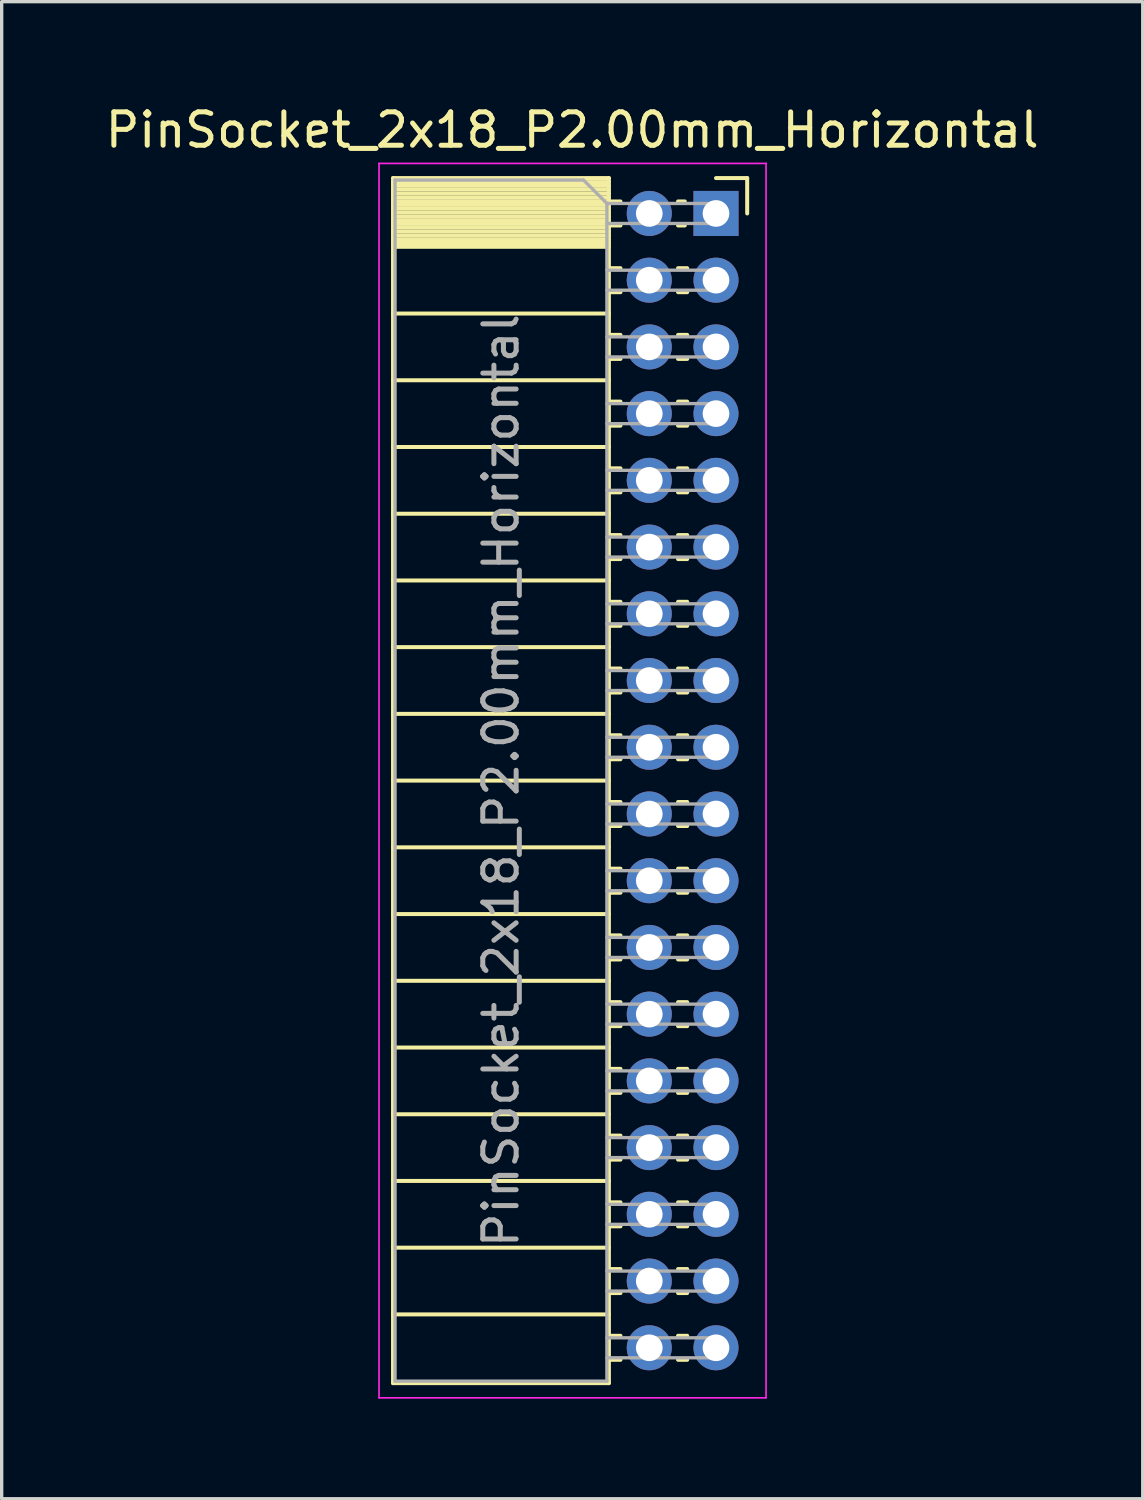
<source format=kicad_pcb>
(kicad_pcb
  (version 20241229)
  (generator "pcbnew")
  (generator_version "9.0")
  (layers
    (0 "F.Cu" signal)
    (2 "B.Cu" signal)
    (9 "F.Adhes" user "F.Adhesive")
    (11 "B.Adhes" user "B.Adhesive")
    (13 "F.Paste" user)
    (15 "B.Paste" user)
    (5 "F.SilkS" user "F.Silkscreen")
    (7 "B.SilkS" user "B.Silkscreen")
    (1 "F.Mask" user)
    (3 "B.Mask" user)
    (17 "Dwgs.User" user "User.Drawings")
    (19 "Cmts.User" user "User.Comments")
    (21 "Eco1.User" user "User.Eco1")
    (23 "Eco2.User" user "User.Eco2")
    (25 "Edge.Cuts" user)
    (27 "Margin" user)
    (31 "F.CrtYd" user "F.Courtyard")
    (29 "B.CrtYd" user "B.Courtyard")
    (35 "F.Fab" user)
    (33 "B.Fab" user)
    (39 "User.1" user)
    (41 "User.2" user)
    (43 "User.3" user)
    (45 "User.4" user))
  (footprint "PinSocket_2x18_P2.00mm_Horizontal"
    (layer "F.Cu")
    (at 18.411 3.348)
    (property "Reference" "PinSocket_2x18_P2.00mm_Horizontal" (at -4.31 -2.5 0) (layer "F.SilkS") (effects (font (size 1 1) (thickness 0.15))))
    (attr through_hole)
    (fp_line (start -9.68 -1.06) (end -9.68 35.06) (stroke (width 0.12) (type solid)) (layer "F.SilkS"))
    (fp_line (start -9.68 -1.06) (end -3.21 -1.06) (stroke (width 0.12) (type solid)) (layer "F.SilkS"))
    (fp_line (start -9.68 -0.94) (end -3.21 -0.94) (stroke (width 0.12) (type solid)) (layer "F.SilkS"))
    (fp_line (start -9.68 -0.826) (end -3.21 -0.826) (stroke (width 0.12) (type solid)) (layer "F.SilkS"))
    (fp_line (start -9.68 -0.712) (end -3.21 -0.712) (stroke (width 0.12) (type solid)) (layer "F.SilkS"))
    (fp_line (start -9.68 -0.598) (end -3.21 -0.598) (stroke (width 0.12) (type solid)) (layer "F.SilkS"))
    (fp_line (start -9.68 -0.484) (end -3.21 -0.484) (stroke (width 0.12) (type solid)) (layer "F.SilkS"))
    (fp_line (start -9.68 -0.369) (end -3.21 -0.369) (stroke (width 0.12) (type solid)) (layer "F.SilkS"))
    (fp_line (start -9.68 -0.255) (end -3.21 -0.255) (stroke (width 0.12) (type solid)) (layer "F.SilkS"))
    (fp_line (start -9.68 -0.141) (end -3.21 -0.141) (stroke (width 0.12) (type solid)) (layer "F.SilkS"))
    (fp_line (start -9.68 -0.027) (end -3.21 -0.027) (stroke (width 0.12) (type solid)) (layer "F.SilkS"))
    (fp_line (start -9.68 0.087) (end -3.21 0.087) (stroke (width 0.12) (type solid)) (layer "F.SilkS"))
    (fp_line (start -9.68 0.201) (end -3.21 0.201) (stroke (width 0.12) (type solid)) (layer "F.SilkS"))
    (fp_line (start -9.68 0.315) (end -3.21 0.315) (stroke (width 0.12) (type solid)) (layer "F.SilkS"))
    (fp_line (start -9.68 0.429) (end -3.21 0.429) (stroke (width 0.12) (type solid)) (layer "F.SilkS"))
    (fp_line (start -9.68 0.544) (end -3.21 0.544) (stroke (width 0.12) (type solid)) (layer "F.SilkS"))
    (fp_line (start -9.68 0.658) (end -3.21 0.658) (stroke (width 0.12) (type solid)) (layer "F.SilkS"))
    (fp_line (start -9.68 0.772) (end -3.21 0.772) (stroke (width 0.12) (type solid)) (layer "F.SilkS"))
    (fp_line (start -9.68 0.886) (end -3.21 0.886) (stroke (width 0.12) (type solid)) (layer "F.SilkS"))
    (fp_line (start -9.68 1) (end -3.21 1) (stroke (width 0.12) (type solid)) (layer "F.SilkS"))
    (fp_line (start -9.68 3) (end -3.21 3) (stroke (width 0.12) (type solid)) (layer "F.SilkS"))
    (fp_line (start -9.68 5) (end -3.21 5) (stroke (width 0.12) (type solid)) (layer "F.SilkS"))
    (fp_line (start -9.68 7) (end -3.21 7) (stroke (width 0.12) (type solid)) (layer "F.SilkS"))
    (fp_line (start -9.68 9) (end -3.21 9) (stroke (width 0.12) (type solid)) (layer "F.SilkS"))
    (fp_line (start -9.68 11) (end -3.21 11) (stroke (width 0.12) (type solid)) (layer "F.SilkS"))
    (fp_line (start -9.68 13) (end -3.21 13) (stroke (width 0.12) (type solid)) (layer "F.SilkS"))
    (fp_line (start -9.68 15) (end -3.21 15) (stroke (width 0.12) (type solid)) (layer "F.SilkS"))
    (fp_line (start -9.68 17) (end -3.21 17) (stroke (width 0.12) (type solid)) (layer "F.SilkS"))
    (fp_line (start -9.68 19) (end -3.21 19) (stroke (width 0.12) (type solid)) (layer "F.SilkS"))
    (fp_line (start -9.68 21) (end -3.21 21) (stroke (width 0.12) (type solid)) (layer "F.SilkS"))
    (fp_line (start -9.68 23) (end -3.21 23) (stroke (width 0.12) (type solid)) (layer "F.SilkS"))
    (fp_line (start -9.68 25) (end -3.21 25) (stroke (width 0.12) (type solid)) (layer "F.SilkS"))
    (fp_line (start -9.68 27) (end -3.21 27) (stroke (width 0.12) (type solid)) (layer "F.SilkS"))
    (fp_line (start -9.68 29) (end -3.21 29) (stroke (width 0.12) (type solid)) (layer "F.SilkS"))
    (fp_line (start -9.68 31) (end -3.21 31) (stroke (width 0.12) (type solid)) (layer "F.SilkS"))
    (fp_line (start -9.68 33) (end -3.21 33) (stroke (width 0.12) (type solid)) (layer "F.SilkS"))
    (fp_line (start -9.68 35.06) (end -3.21 35.06) (stroke (width 0.12) (type solid)) (layer "F.SilkS"))
    (fp_line (start -3.21 -1.06) (end -3.21 35.06) (stroke (width 0.12) (type solid)) (layer "F.SilkS"))
    (fp_line (start -3.21 -0.36) (end -2.863 -0.36) (stroke (width 0.12) (type solid)) (layer "F.SilkS"))
    (fp_line (start -3.21 0.36) (end -2.863 0.36) (stroke (width 0.12) (type solid)) (layer "F.SilkS"))
    (fp_line (start -3.21 1.64) (end -2.863 1.64) (stroke (width 0.12) (type solid)) (layer "F.SilkS"))
    (fp_line (start -3.21 2.36) (end -2.863 2.36) (stroke (width 0.12) (type solid)) (layer "F.SilkS"))
    (fp_line (start -3.21 3.64) (end -2.863 3.64) (stroke (width 0.12) (type solid)) (layer "F.SilkS"))
    (fp_line (start -3.21 4.36) (end -2.863 4.36) (stroke (width 0.12) (type solid)) (layer "F.SilkS"))
    (fp_line (start -3.21 5.64) (end -2.863 5.64) (stroke (width 0.12) (type solid)) (layer "F.SilkS"))
    (fp_line (start -3.21 6.36) (end -2.863 6.36) (stroke (width 0.12) (type solid)) (layer "F.SilkS"))
    (fp_line (start -3.21 7.64) (end -2.863 7.64) (stroke (width 0.12) (type solid)) (layer "F.SilkS"))
    (fp_line (start -3.21 8.36) (end -2.863 8.36) (stroke (width 0.12) (type solid)) (layer "F.SilkS"))
    (fp_line (start -3.21 9.64) (end -2.863 9.64) (stroke (width 0.12) (type solid)) (layer "F.SilkS"))
    (fp_line (start -3.21 10.36) (end -2.863 10.36) (stroke (width 0.12) (type solid)) (layer "F.SilkS"))
    (fp_line (start -3.21 11.64) (end -2.863 11.64) (stroke (width 0.12) (type solid)) (layer "F.SilkS"))
    (fp_line (start -3.21 12.36) (end -2.863 12.36) (stroke (width 0.12) (type solid)) (layer "F.SilkS"))
    (fp_line (start -3.21 13.64) (end -2.863 13.64) (stroke (width 0.12) (type solid)) (layer "F.SilkS"))
    (fp_line (start -3.21 14.36) (end -2.863 14.36) (stroke (width 0.12) (type solid)) (layer "F.SilkS"))
    (fp_line (start -3.21 15.64) (end -2.863 15.64) (stroke (width 0.12) (type solid)) (layer "F.SilkS"))
    (fp_line (start -3.21 16.36) (end -2.863 16.36) (stroke (width 0.12) (type solid)) (layer "F.SilkS"))
    (fp_line (start -3.21 17.64) (end -2.863 17.64) (stroke (width 0.12) (type solid)) (layer "F.SilkS"))
    (fp_line (start -3.21 18.36) (end -2.863 18.36) (stroke (width 0.12) (type solid)) (layer "F.SilkS"))
    (fp_line (start -3.21 19.64) (end -2.863 19.64) (stroke (width 0.12) (type solid)) (layer "F.SilkS"))
    (fp_line (start -3.21 20.36) (end -2.863 20.36) (stroke (width 0.12) (type solid)) (layer "F.SilkS"))
    (fp_line (start -3.21 21.64) (end -2.863 21.64) (stroke (width 0.12) (type solid)) (layer "F.SilkS"))
    (fp_line (start -3.21 22.36) (end -2.863 22.36) (stroke (width 0.12) (type solid)) (layer "F.SilkS"))
    (fp_line (start -3.21 23.64) (end -2.863 23.64) (stroke (width 0.12) (type solid)) (layer "F.SilkS"))
    (fp_line (start -3.21 24.36) (end -2.863 24.36) (stroke (width 0.12) (type solid)) (layer "F.SilkS"))
    (fp_line (start -3.21 25.64) (end -2.863 25.64) (stroke (width 0.12) (type solid)) (layer "F.SilkS"))
    (fp_line (start -3.21 26.36) (end -2.863 26.36) (stroke (width 0.12) (type solid)) (layer "F.SilkS"))
    (fp_line (start -3.21 27.64) (end -2.863 27.64) (stroke (width 0.12) (type solid)) (layer "F.SilkS"))
    (fp_line (start -3.21 28.36) (end -2.863 28.36) (stroke (width 0.12) (type solid)) (layer "F.SilkS"))
    (fp_line (start -3.21 29.64) (end -2.863 29.64) (stroke (width 0.12) (type solid)) (layer "F.SilkS"))
    (fp_line (start -3.21 30.36) (end -2.863 30.36) (stroke (width 0.12) (type solid)) (layer "F.SilkS"))
    (fp_line (start -3.21 31.64) (end -2.863 31.64) (stroke (width 0.12) (type solid)) (layer "F.SilkS"))
    (fp_line (start -3.21 32.36) (end -2.863 32.36) (stroke (width 0.12) (type solid)) (layer "F.SilkS"))
    (fp_line (start -3.21 33.64) (end -2.863 33.64) (stroke (width 0.12) (type solid)) (layer "F.SilkS"))
    (fp_line (start -3.21 34.36) (end -2.863 34.36) (stroke (width 0.12) (type solid)) (layer "F.SilkS"))
    (fp_line (start -1.137 -0.36) (end -0.935 -0.36) (stroke (width 0.12) (type solid)) (layer "F.SilkS"))
    (fp_line (start -1.137 0.36) (end -0.935 0.36) (stroke (width 0.12) (type solid)) (layer "F.SilkS"))
    (fp_line (start -1.137 1.64) (end -0.863 1.64) (stroke (width 0.12) (type solid)) (layer "F.SilkS"))
    (fp_line (start -1.137 2.36) (end -0.863 2.36) (stroke (width 0.12) (type solid)) (layer "F.SilkS"))
    (fp_line (start -1.137 3.64) (end -0.863 3.64) (stroke (width 0.12) (type solid)) (layer "F.SilkS"))
    (fp_line (start -1.137 4.36) (end -0.863 4.36) (stroke (width 0.12) (type solid)) (layer "F.SilkS"))
    (fp_line (start -1.137 5.64) (end -0.863 5.64) (stroke (width 0.12) (type solid)) (layer "F.SilkS"))
    (fp_line (start -1.137 6.36) (end -0.863 6.36) (stroke (width 0.12) (type solid)) (layer "F.SilkS"))
    (fp_line (start -1.137 7.64) (end -0.863 7.64) (stroke (width 0.12) (type solid)) (layer "F.SilkS"))
    (fp_line (start -1.137 8.36) (end -0.863 8.36) (stroke (width 0.12) (type solid)) (layer "F.SilkS"))
    (fp_line (start -1.137 9.64) (end -0.863 9.64) (stroke (width 0.12) (type solid)) (layer "F.SilkS"))
    (fp_line (start -1.137 10.36) (end -0.863 10.36) (stroke (width 0.12) (type solid)) (layer "F.SilkS"))
    (fp_line (start -1.137 11.64) (end -0.863 11.64) (stroke (width 0.12) (type solid)) (layer "F.SilkS"))
    (fp_line (start -1.137 12.36) (end -0.863 12.36) (stroke (width 0.12) (type solid)) (layer "F.SilkS"))
    (fp_line (start -1.137 13.64) (end -0.863 13.64) (stroke (width 0.12) (type solid)) (layer "F.SilkS"))
    (fp_line (start -1.137 14.36) (end -0.863 14.36) (stroke (width 0.12) (type solid)) (layer "F.SilkS"))
    (fp_line (start -1.137 15.64) (end -0.863 15.64) (stroke (width 0.12) (type solid)) (layer "F.SilkS"))
    (fp_line (start -1.137 16.36) (end -0.863 16.36) (stroke (width 0.12) (type solid)) (layer "F.SilkS"))
    (fp_line (start -1.137 17.64) (end -0.863 17.64) (stroke (width 0.12) (type solid)) (layer "F.SilkS"))
    (fp_line (start -1.137 18.36) (end -0.863 18.36) (stroke (width 0.12) (type solid)) (layer "F.SilkS"))
    (fp_line (start -1.137 19.64) (end -0.863 19.64) (stroke (width 0.12) (type solid)) (layer "F.SilkS"))
    (fp_line (start -1.137 20.36) (end -0.863 20.36) (stroke (width 0.12) (type solid)) (layer "F.SilkS"))
    (fp_line (start -1.137 21.64) (end -0.863 21.64) (stroke (width 0.12) (type solid)) (layer "F.SilkS"))
    (fp_line (start -1.137 22.36) (end -0.863 22.36) (stroke (width 0.12) (type solid)) (layer "F.SilkS"))
    (fp_line (start -1.137 23.64) (end -0.863 23.64) (stroke (width 0.12) (type solid)) (layer "F.SilkS"))
    (fp_line (start -1.137 24.36) (end -0.863 24.36) (stroke (width 0.12) (type solid)) (layer "F.SilkS"))
    (fp_line (start -1.137 25.64) (end -0.863 25.64) (stroke (width 0.12) (type solid)) (layer "F.SilkS"))
    (fp_line (start -1.137 26.36) (end -0.863 26.36) (stroke (width 0.12) (type solid)) (layer "F.SilkS"))
    (fp_line (start -1.137 27.64) (end -0.863 27.64) (stroke (width 0.12) (type solid)) (layer "F.SilkS"))
    (fp_line (start -1.137 28.36) (end -0.863 28.36) (stroke (width 0.12) (type solid)) (layer "F.SilkS"))
    (fp_line (start -1.137 29.64) (end -0.863 29.64) (stroke (width 0.12) (type solid)) (layer "F.SilkS"))
    (fp_line (start -1.137 30.36) (end -0.863 30.36) (stroke (width 0.12) (type solid)) (layer "F.SilkS"))
    (fp_line (start -1.137 31.64) (end -0.863 31.64) (stroke (width 0.12) (type solid)) (layer "F.SilkS"))
    (fp_line (start -1.137 32.36) (end -0.863 32.36) (stroke (width 0.12) (type solid)) (layer "F.SilkS"))
    (fp_line (start -1.137 33.64) (end -0.863 33.64) (stroke (width 0.12) (type solid)) (layer "F.SilkS"))
    (fp_line (start -1.137 34.36) (end -0.863 34.36) (stroke (width 0.12) (type solid)) (layer "F.SilkS"))
    (fp_line (start 0 -1.06) (end 0.935 -1.06) (stroke (width 0.12) (type solid)) (layer "F.SilkS"))
    (fp_line (start 0.935 -1.06) (end 0.935 0) (stroke (width 0.12) (type solid)) (layer "F.SilkS"))
    (fp_line (start -10.1 -1.5) (end -10.1 35.5) (stroke (width 0.05) (type solid)) (layer "F.CrtYd"))
    (fp_line (start -10.1 35.5) (end 1.5 35.5) (stroke (width 0.05) (type solid)) (layer "F.CrtYd"))
    (fp_line (start 1.5 -1.5) (end -10.1 -1.5) (stroke (width 0.05) (type solid)) (layer "F.CrtYd"))
    (fp_line (start 1.5 35.5) (end 1.5 -1.5) (stroke (width 0.05) (type solid)) (layer "F.CrtYd"))
    (fp_line (start -9.62 -1) (end -3.97 -1) (stroke (width 0.1) (type solid)) (layer "F.Fab"))
    (fp_line (start -9.62 35) (end -9.62 -1) (stroke (width 0.1) (type solid)) (layer "F.Fab"))
    (fp_line (start -3.97 -1) (end -3.27 -0.3) (stroke (width 0.1) (type solid)) (layer "F.Fab"))
    (fp_line (start -3.27 -0.3) (end -3.27 35) (stroke (width 0.1) (type solid)) (layer "F.Fab"))
    (fp_line (start -3.27 0.3) (end 0 0.3) (stroke (width 0.1) (type solid)) (layer "F.Fab"))
    (fp_line (start -3.27 2.3) (end 0 2.3) (stroke (width 0.1) (type solid)) (layer "F.Fab"))
    (fp_line (start -3.27 4.3) (end 0 4.3) (stroke (width 0.1) (type solid)) (layer "F.Fab"))
    (fp_line (start -3.27 6.3) (end 0 6.3) (stroke (width 0.1) (type solid)) (layer "F.Fab"))
    (fp_line (start -3.27 8.3) (end 0 8.3) (stroke (width 0.1) (type solid)) (layer "F.Fab"))
    (fp_line (start -3.27 10.3) (end 0 10.3) (stroke (width 0.1) (type solid)) (layer "F.Fab"))
    (fp_line (start -3.27 12.3) (end 0 12.3) (stroke (width 0.1) (type solid)) (layer "F.Fab"))
    (fp_line (start -3.27 14.3) (end 0 14.3) (stroke (width 0.1) (type solid)) (layer "F.Fab"))
    (fp_line (start -3.27 16.3) (end 0 16.3) (stroke (width 0.1) (type solid)) (layer "F.Fab"))
    (fp_line (start -3.27 18.3) (end 0 18.3) (stroke (width 0.1) (type solid)) (layer "F.Fab"))
    (fp_line (start -3.27 20.3) (end 0 20.3) (stroke (width 0.1) (type solid)) (layer "F.Fab"))
    (fp_line (start -3.27 22.3) (end 0 22.3) (stroke (width 0.1) (type solid)) (layer "F.Fab"))
    (fp_line (start -3.27 24.3) (end 0 24.3) (stroke (width 0.1) (type solid)) (layer "F.Fab"))
    (fp_line (start -3.27 26.3) (end 0 26.3) (stroke (width 0.1) (type solid)) (layer "F.Fab"))
    (fp_line (start -3.27 28.3) (end 0 28.3) (stroke (width 0.1) (type solid)) (layer "F.Fab"))
    (fp_line (start -3.27 30.3) (end 0 30.3) (stroke (width 0.1) (type solid)) (layer "F.Fab"))
    (fp_line (start -3.27 32.3) (end 0 32.3) (stroke (width 0.1) (type solid)) (layer "F.Fab"))
    (fp_line (start -3.27 34.3) (end 0 34.3) (stroke (width 0.1) (type solid)) (layer "F.Fab"))
    (fp_line (start -3.27 35) (end -9.62 35) (stroke (width 0.1) (type solid)) (layer "F.Fab"))
    (fp_line (start 0 -0.3) (end -3.27 -0.3) (stroke (width 0.1) (type solid)) (layer "F.Fab"))
    (fp_line (start 0 0.3) (end 0 -0.3) (stroke (width 0.1) (type solid)) (layer "F.Fab"))
    (fp_line (start 0 1.7) (end -3.27 1.7) (stroke (width 0.1) (type solid)) (layer "F.Fab"))
    (fp_line (start 0 2.3) (end 0 1.7) (stroke (width 0.1) (type solid)) (layer "F.Fab"))
    (fp_line (start 0 3.7) (end -3.27 3.7) (stroke (width 0.1) (type solid)) (layer "F.Fab"))
    (fp_line (start 0 4.3) (end 0 3.7) (stroke (width 0.1) (type solid)) (layer "F.Fab"))
    (fp_line (start 0 5.7) (end -3.27 5.7) (stroke (width 0.1) (type solid)) (layer "F.Fab"))
    (fp_line (start 0 6.3) (end 0 5.7) (stroke (width 0.1) (type solid)) (layer "F.Fab"))
    (fp_line (start 0 7.7) (end -3.27 7.7) (stroke (width 0.1) (type solid)) (layer "F.Fab"))
    (fp_line (start 0 8.3) (end 0 7.7) (stroke (width 0.1) (type solid)) (layer "F.Fab"))
    (fp_line (start 0 9.7) (end -3.27 9.7) (stroke (width 0.1) (type solid)) (layer "F.Fab"))
    (fp_line (start 0 10.3) (end 0 9.7) (stroke (width 0.1) (type solid)) (layer "F.Fab"))
    (fp_line (start 0 11.7) (end -3.27 11.7) (stroke (width 0.1) (type solid)) (layer "F.Fab"))
    (fp_line (start 0 12.3) (end 0 11.7) (stroke (width 0.1) (type solid)) (layer "F.Fab"))
    (fp_line (start 0 13.7) (end -3.27 13.7) (stroke (width 0.1) (type solid)) (layer "F.Fab"))
    (fp_line (start 0 14.3) (end 0 13.7) (stroke (width 0.1) (type solid)) (layer "F.Fab"))
    (fp_line (start 0 15.7) (end -3.27 15.7) (stroke (width 0.1) (type solid)) (layer "F.Fab"))
    (fp_line (start 0 16.3) (end 0 15.7) (stroke (width 0.1) (type solid)) (layer "F.Fab"))
    (fp_line (start 0 17.7) (end -3.27 17.7) (stroke (width 0.1) (type solid)) (layer "F.Fab"))
    (fp_line (start 0 18.3) (end 0 17.7) (stroke (width 0.1) (type solid)) (layer "F.Fab"))
    (fp_line (start 0 19.7) (end -3.27 19.7) (stroke (width 0.1) (type solid)) (layer "F.Fab"))
    (fp_line (start 0 20.3) (end 0 19.7) (stroke (width 0.1) (type solid)) (layer "F.Fab"))
    (fp_line (start 0 21.7) (end -3.27 21.7) (stroke (width 0.1) (type solid)) (layer "F.Fab"))
    (fp_line (start 0 22.3) (end 0 21.7) (stroke (width 0.1) (type solid)) (layer "F.Fab"))
    (fp_line (start 0 23.7) (end -3.27 23.7) (stroke (width 0.1) (type solid)) (layer "F.Fab"))
    (fp_line (start 0 24.3) (end 0 23.7) (stroke (width 0.1) (type solid)) (layer "F.Fab"))
    (fp_line (start 0 25.7) (end -3.27 25.7) (stroke (width 0.1) (type solid)) (layer "F.Fab"))
    (fp_line (start 0 26.3) (end 0 25.7) (stroke (width 0.1) (type solid)) (layer "F.Fab"))
    (fp_line (start 0 27.7) (end -3.27 27.7) (stroke (width 0.1) (type solid)) (layer "F.Fab"))
    (fp_line (start 0 28.3) (end 0 27.7) (stroke (width 0.1) (type solid)) (layer "F.Fab"))
    (fp_line (start 0 29.7) (end -3.27 29.7) (stroke (width 0.1) (type solid)) (layer "F.Fab"))
    (fp_line (start 0 30.3) (end 0 29.7) (stroke (width 0.1) (type solid)) (layer "F.Fab"))
    (fp_line (start 0 31.7) (end -3.27 31.7) (stroke (width 0.1) (type solid)) (layer "F.Fab"))
    (fp_line (start 0 32.3) (end 0 31.7) (stroke (width 0.1) (type solid)) (layer "F.Fab"))
    (fp_line (start 0 33.7) (end -3.27 33.7) (stroke (width 0.1) (type solid)) (layer "F.Fab"))
    (fp_line (start 0 34.3) (end 0 33.7) (stroke (width 0.1) (type solid)) (layer "F.Fab"))
    (fp_text user "${REFERENCE}" (at -6.445 17 90) (layer "F.Fab") (effects (font (size 1 1) (thickness 0.15))))
    (pad "1" thru_hole rect (at 0 0) (size 1.35 1.35) (drill 0.8) (layers "*.Cu" "*.Mask"))
    (pad "2" thru_hole circle (at -2 0) (size 1.35 1.35) (drill 0.8) (layers "*.Cu" "*.Mask"))
    (pad "3" thru_hole circle (at 0 2) (size 1.35 1.35) (drill 0.8) (layers "*.Cu" "*.Mask"))
    (pad "4" thru_hole circle (at -2 2) (size 1.35 1.35) (drill 0.8) (layers "*.Cu" "*.Mask"))
    (pad "5" thru_hole circle (at 0 4) (size 1.35 1.35) (drill 0.8) (layers "*.Cu" "*.Mask"))
    (pad "6" thru_hole circle (at -2 4) (size 1.35 1.35) (drill 0.8) (layers "*.Cu" "*.Mask"))
    (pad "7" thru_hole circle (at 0 6) (size 1.35 1.35) (drill 0.8) (layers "*.Cu" "*.Mask"))
    (pad "8" thru_hole circle (at -2 6) (size 1.35 1.35) (drill 0.8) (layers "*.Cu" "*.Mask"))
    (pad "9" thru_hole circle (at 0 8) (size 1.35 1.35) (drill 0.8) (layers "*.Cu" "*.Mask"))
    (pad "10" thru_hole circle (at -2 8) (size 1.35 1.35) (drill 0.8) (layers "*.Cu" "*.Mask"))
    (pad "11" thru_hole circle (at 0 10) (size 1.35 1.35) (drill 0.8) (layers "*.Cu" "*.Mask"))
    (pad "12" thru_hole circle (at -2 10) (size 1.35 1.35) (drill 0.8) (layers "*.Cu" "*.Mask"))
    (pad "13" thru_hole circle (at 0 12) (size 1.35 1.35) (drill 0.8) (layers "*.Cu" "*.Mask"))
    (pad "14" thru_hole circle (at -2 12) (size 1.35 1.35) (drill 0.8) (layers "*.Cu" "*.Mask"))
    (pad "15" thru_hole circle (at 0 14) (size 1.35 1.35) (drill 0.8) (layers "*.Cu" "*.Mask"))
    (pad "16" thru_hole circle (at -2 14) (size 1.35 1.35) (drill 0.8) (layers "*.Cu" "*.Mask"))
    (pad "17" thru_hole circle (at 0 16) (size 1.35 1.35) (drill 0.8) (layers "*.Cu" "*.Mask"))
    (pad "18" thru_hole circle (at -2 16) (size 1.35 1.35) (drill 0.8) (layers "*.Cu" "*.Mask"))
    (pad "19" thru_hole circle (at 0 18) (size 1.35 1.35) (drill 0.8) (layers "*.Cu" "*.Mask"))
    (pad "20" thru_hole circle (at -2 18) (size 1.35 1.35) (drill 0.8) (layers "*.Cu" "*.Mask"))
    (pad "21" thru_hole circle (at 0 20) (size 1.35 1.35) (drill 0.8) (layers "*.Cu" "*.Mask"))
    (pad "22" thru_hole circle (at -2 20) (size 1.35 1.35) (drill 0.8) (layers "*.Cu" "*.Mask"))
    (pad "23" thru_hole circle (at 0 22) (size 1.35 1.35) (drill 0.8) (layers "*.Cu" "*.Mask"))
    (pad "24" thru_hole circle (at -2 22) (size 1.35 1.35) (drill 0.8) (layers "*.Cu" "*.Mask"))
    (pad "25" thru_hole circle (at 0 24) (size 1.35 1.35) (drill 0.8) (layers "*.Cu" "*.Mask"))
    (pad "26" thru_hole circle (at -2 24) (size 1.35 1.35) (drill 0.8) (layers "*.Cu" "*.Mask"))
    (pad "27" thru_hole circle (at 0 26) (size 1.35 1.35) (drill 0.8) (layers "*.Cu" "*.Mask"))
    (pad "28" thru_hole circle (at -2 26) (size 1.35 1.35) (drill 0.8) (layers "*.Cu" "*.Mask"))
    (pad "29" thru_hole circle (at 0 28) (size 1.35 1.35) (drill 0.8) (layers "*.Cu" "*.Mask"))
    (pad "30" thru_hole circle (at -2 28) (size 1.35 1.35) (drill 0.8) (layers "*.Cu" "*.Mask"))
    (pad "31" thru_hole circle (at 0 30) (size 1.35 1.35) (drill 0.8) (layers "*.Cu" "*.Mask"))
    (pad "32" thru_hole circle (at -2 30) (size 1.35 1.35) (drill 0.8) (layers "*.Cu" "*.Mask"))
    (pad "33" thru_hole circle (at 0 32) (size 1.35 1.35) (drill 0.8) (layers "*.Cu" "*.Mask"))
    (pad "34" thru_hole circle (at -2 32) (size 1.35 1.35) (drill 0.8) (layers "*.Cu" "*.Mask"))
    (pad "35" thru_hole circle (at 0 34) (size 1.35 1.35) (drill 0.8) (layers "*.Cu" "*.Mask"))
    (pad "36" thru_hole circle (at -2 34) (size 1.35 1.35) (drill 0.8) (layers "*.Cu" "*.Mask")))
  (gr_rect
    (start -3 -3)
    (end 31.202 41.873)
    (stroke (width 0.1) (type default))
    (fill no)
    (layer "Edge.Cuts")))
</source>
